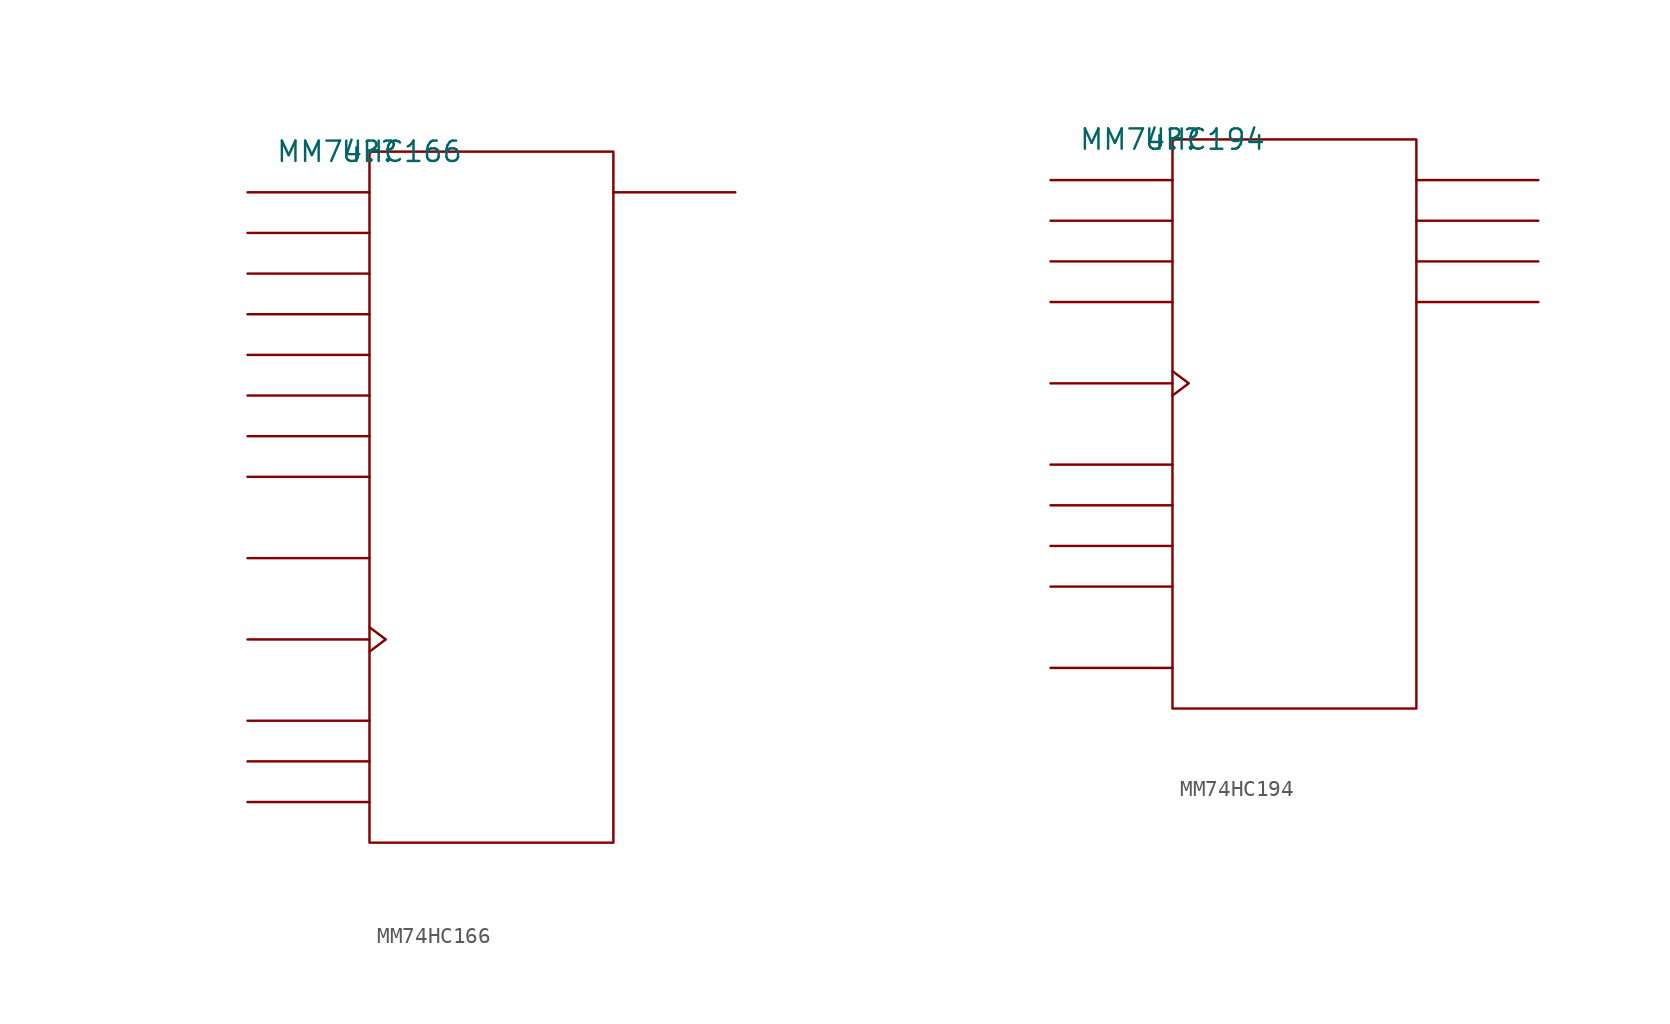
<source format=kicad_sym>
(kicad_symbol_lib
  (version 20211014)
  (generator kicad_symbol_editor)
  (symbol "MM74HC166"
    (pin_names
      (offset 0.762))
    (property "Reference" "U?"
      (at 0 0 0)
      (effects (font (size 1.27 1.27))))
    (property "Value" "MM74HC166"
      (at 0 0 0)
      (effects (font (size 1.27 1.27))))
    (symbol "MM74HC166_0_1"
      (rectangle (start 0 -43.18) (end 15.24 0) (stroke (width 0) (type default) (color 0 0 0 0)) (fill (type none)))
      (polyline (pts (xy 0 -40.64) (xy -7.62 -40.64)) (stroke (width 0) (type default) (color 0 0 0 0)) (fill (type none)))
      (polyline (pts (xy 0 -38.1) (xy -7.62 -38.1)) (stroke (width 0) (type default) (color 0 0 0 0)) (fill (type none)))
      (polyline (pts (xy 0 -35.56) (xy -7.62 -35.56)) (stroke (width 0) (type default) (color 0 0 0 0)) (fill (type none)))
      (polyline (pts (xy 0 -30.48) (xy -7.62 -30.48)) (stroke (width 0) (type default) (color 0 0 0 0)) (fill (type none)))
      (polyline (pts (xy 0 -25.4) (xy -7.62 -25.4)) (stroke (width 0) (type default) (color 0 0 0 0)) (fill (type none)))
      (polyline (pts (xy 0 -20.32) (xy -7.62 -20.32)) (stroke (width 0) (type default) (color 0 0 0 0)) (fill (type none)))
      (polyline (pts (xy 0 -17.78) (xy -7.62 -17.78)) (stroke (width 0) (type default) (color 0 0 0 0)) (fill (type none)))
      (polyline (pts (xy 0 -15.24) (xy -7.62 -15.24)) (stroke (width 0) (type default) (color 0 0 0 0)) (fill (type none)))
      (polyline (pts (xy 0 -12.7) (xy -7.62 -12.7)) (stroke (width 0) (type default) (color 0 0 0 0)) (fill (type none)))
      (polyline (pts (xy 0 -10.16) (xy -7.62 -10.16)) (stroke (width 0) (type default) (color 0 0 0 0)) (fill (type none)))
      (polyline (pts (xy 0 -7.62) (xy -7.62 -7.62)) (stroke (width 0) (type default) (color 0 0 0 0)) (fill (type none)))
      (polyline (pts (xy 0 -5.08) (xy -7.62 -5.08)) (stroke (width 0) (type default) (color 0 0 0 0)) (fill (type none)))
      (polyline (pts (xy 0 -2.54) (xy -7.62 -2.54)) (stroke (width 0) (type default) (color 0 0 0 0)) (fill (type none)))
      (polyline (pts (xy 15.24 -2.54) (xy 22.86 -2.54)) (stroke (width 0) (type default) (color 0 0 0 0)) (fill (type none)))
      (polyline (pts (xy 0 -29.718) (xy 1.016 -30.48) (xy 0 -31.242)) (stroke (width 0) (type default) (color 0 0 0 0)) (fill (type none))))
    (symbol "MM74HC166_1_1"
      (pin unspecified line (at -7.62 -25.4 0) (length 7.62) hide (name "SERIN" (effects (font (size 1.245 1.245)))) (number "1" (effects (font (size 1.245 1.245)))))
      (pin unspecified line (at -7.62 -12.7 0) (length 7.62) hide (name "E" (effects (font (size 1.245 1.245)))) (number "10" (effects (font (size 1.245 1.245)))))
      (pin unspecified line (at -7.62 -15.24 0) (length 7.62) hide (name "F" (effects (font (size 1.245 1.245)))) (number "11" (effects (font (size 1.245 1.245)))))
      (pin unspecified line (at -7.62 -17.78 0) (length 7.62) hide (name "G" (effects (font (size 1.245 1.245)))) (number "12" (effects (font (size 1.245 1.245)))))
      (pin unspecified line (at 22.86 -2.54 180) (length 7.62) hide (name "QH" (effects (font (size 1.245 1.245)))) (number "13" (effects (font (size 1.245 1.245)))))
      (pin unspecified line (at -7.62 -20.32 0) (length 7.62) hide (name "H" (effects (font (size 1.245 1.245)))) (number "14" (effects (font (size 1.245 1.245)))))
      (pin unspecified line (at -7.62 -40.64 0) (length 7.62) hide (name "S/L\\" (effects (font (size 1.245 1.245)))) (number "15" (effects (font (size 1.245 1.245)))))
      (pin power_in line (at 7.62 0 0) (length 7.62) hide (name "VCC" (effects (font (size 1.245 1.245)))) (number "16" (effects (font (size 1.245 1.245)))))
      (pin unspecified line (at -7.62 -2.54 0) (length 7.62) hide (name "A" (effects (font (size 1.245 1.245)))) (number "2" (effects (font (size 1.245 1.245)))))
      (pin unspecified line (at -7.62 -5.08 0) (length 7.62) hide (name "B" (effects (font (size 1.245 1.245)))) (number "3" (effects (font (size 1.245 1.245)))))
      (pin unspecified line (at -7.62 -7.62 0) (length 7.62) hide (name "C" (effects (font (size 1.245 1.245)))) (number "4" (effects (font (size 1.245 1.245)))))
      (pin unspecified line (at -7.62 -10.16 0) (length 7.62) hide (name "D" (effects (font (size 1.245 1.245)))) (number "5" (effects (font (size 1.245 1.245)))))
      (pin unspecified line (at -7.62 -35.56 0) (length 7.62) hide (name "CLKINH" (effects (font (size 1.245 1.245)))) (number "6" (effects (font (size 1.245 1.245)))))
      (pin unspecified line (at -7.62 -30.48 180) (length 7.62) hide (name "CLK" (effects (font (size 1.245 1.245)))) (number "7" (effects (font (size 1.245 1.245)))))
      (pin power_in line (at 12.7 -43.18 180) (length 7.62) hide (name "GND" (effects (font (size 1.245 1.245)))) (number "8" (effects (font (size 1.245 1.245)))))
      (pin unspecified line (at -7.62 -38.1 0) (length 7.62) hide (name "C\\L\\R\\" (effects (font (size 1.245 1.245)))) (number "9" (effects (font (size 1.245 1.245)))))))
  (symbol "MM74HC194"
    (pin_names
      (offset 0.762))
    (property "Reference" "U?"
      (at 0 0 0)
      (effects (font (size 1.27 1.27))))
    (property "Value" "MM74HC194"
      (at 0 0 0)
      (effects (font (size 1.27 1.27))))
    (symbol "MM74HC194_0_1"
      (rectangle (start 0 -35.56) (end 15.24 0) (stroke (width 0) (type default) (color 0 0 0 0)) (fill (type none)))
      (polyline (pts (xy 0 -33.02) (xy -7.62 -33.02)) (stroke (width 0) (type default) (color 0 0 0 0)) (fill (type none)))
      (polyline (pts (xy 0 -27.94) (xy -7.62 -27.94)) (stroke (width 0) (type default) (color 0 0 0 0)) (fill (type none)))
      (polyline (pts (xy 0 -25.4) (xy -7.62 -25.4)) (stroke (width 0) (type default) (color 0 0 0 0)) (fill (type none)))
      (polyline (pts (xy 0 -22.86) (xy -7.62 -22.86)) (stroke (width 0) (type default) (color 0 0 0 0)) (fill (type none)))
      (polyline (pts (xy 0 -20.32) (xy -7.62 -20.32)) (stroke (width 0) (type default) (color 0 0 0 0)) (fill (type none)))
      (polyline (pts (xy 0 -15.24) (xy -7.62 -15.24)) (stroke (width 0) (type default) (color 0 0 0 0)) (fill (type none)))
      (polyline (pts (xy 0 -10.16) (xy -7.62 -10.16)) (stroke (width 0) (type default) (color 0 0 0 0)) (fill (type none)))
      (polyline (pts (xy 0 -7.62) (xy -7.62 -7.62)) (stroke (width 0) (type default) (color 0 0 0 0)) (fill (type none)))
      (polyline (pts (xy 0 -5.08) (xy -7.62 -5.08)) (stroke (width 0) (type default) (color 0 0 0 0)) (fill (type none)))
      (polyline (pts (xy 0 -2.54) (xy -7.62 -2.54)) (stroke (width 0) (type default) (color 0 0 0 0)) (fill (type none)))
      (polyline (pts (xy 15.24 -10.16) (xy 22.86 -10.16)) (stroke (width 0) (type default) (color 0 0 0 0)) (fill (type none)))
      (polyline (pts (xy 15.24 -7.62) (xy 22.86 -7.62)) (stroke (width 0) (type default) (color 0 0 0 0)) (fill (type none)))
      (polyline (pts (xy 15.24 -5.08) (xy 22.86 -5.08)) (stroke (width 0) (type default) (color 0 0 0 0)) (fill (type none)))
      (polyline (pts (xy 15.24 -2.54) (xy 22.86 -2.54)) (stroke (width 0) (type default) (color 0 0 0 0)) (fill (type none)))
      (polyline (pts (xy 0 -14.478) (xy 1.016 -15.24) (xy 0 -16.002)) (stroke (width 0) (type default) (color 0 0 0 0)) (fill (type none))))
    (symbol "MM74HC194_1_1"
      (pin unspecified line (at -7.62 -33.02 0) (length 7.62) hide (name "C\\L\\R\\" (effects (font (size 1.245 1.245)))) (number "1" (effects (font (size 1.245 1.245)))))
      (pin unspecified line (at -7.62 -22.86 0) (length 7.62) hide (name "S1" (effects (font (size 1.245 1.245)))) (number "10" (effects (font (size 1.245 1.245)))))
      (pin unspecified line (at -7.62 -15.24 180) (length 7.62) hide (name "CLK" (effects (font (size 1.245 1.245)))) (number "11" (effects (font (size 1.245 1.245)))))
      (pin unspecified line (at 22.86 -10.16 180) (length 7.62) hide (name "QD" (effects (font (size 1.245 1.245)))) (number "12" (effects (font (size 1.245 1.245)))))
      (pin unspecified line (at 22.86 -7.62 180) (length 7.62) hide (name "QC" (effects (font (size 1.245 1.245)))) (number "13" (effects (font (size 1.245 1.245)))))
      (pin unspecified line (at 22.86 -5.08 180) (length 7.62) hide (name "QB" (effects (font (size 1.245 1.245)))) (number "14" (effects (font (size 1.245 1.245)))))
      (pin unspecified line (at 22.86 -2.54 180) (length 7.62) hide (name "QA" (effects (font (size 1.245 1.245)))) (number "15" (effects (font (size 1.245 1.245)))))
      (pin power_in line (at 7.62 0 180) (length 7.62) hide (name "VCC" (effects (font (size 1.245 1.245)))) (number "16" (effects (font (size 1.245 1.245)))))
      (pin unspecified line (at -7.62 -25.4 0) (length 7.62) hide (name "SHFTRGT" (effects (font (size 1.245 1.245)))) (number "2" (effects (font (size 1.245 1.245)))))
      (pin unspecified line (at -7.62 -2.54 0) (length 7.62) hide (name "A" (effects (font (size 1.245 1.245)))) (number "3" (effects (font (size 1.245 1.245)))))
      (pin unspecified line (at -7.62 -5.08 0) (length 7.62) hide (name "B" (effects (font (size 1.245 1.245)))) (number "4" (effects (font (size 1.245 1.245)))))
      (pin unspecified line (at -7.62 -7.62 0) (length 7.62) hide (name "C" (effects (font (size 1.245 1.245)))) (number "5" (effects (font (size 1.245 1.245)))))
      (pin unspecified line (at -7.62 -10.16 0) (length 7.62) hide (name "D" (effects (font (size 1.245 1.245)))) (number "6" (effects (font (size 1.245 1.245)))))
      (pin unspecified line (at -7.62 -27.94 0) (length 7.62) hide (name "SHFTLFT" (effects (font (size 1.245 1.245)))) (number "7" (effects (font (size 1.245 1.245)))))
      (pin power_in line (at 12.7 -35.56 0) (length 7.62) hide (name "GND" (effects (font (size 1.245 1.245)))) (number "8" (effects (font (size 1.245 1.245)))))
      (pin unspecified line (at -7.62 -20.32 0) (length 7.62) hide (name "S0" (effects (font (size 1.245 1.245)))) (number "9" (effects (font (size 1.245 1.245))))))))
</source>
